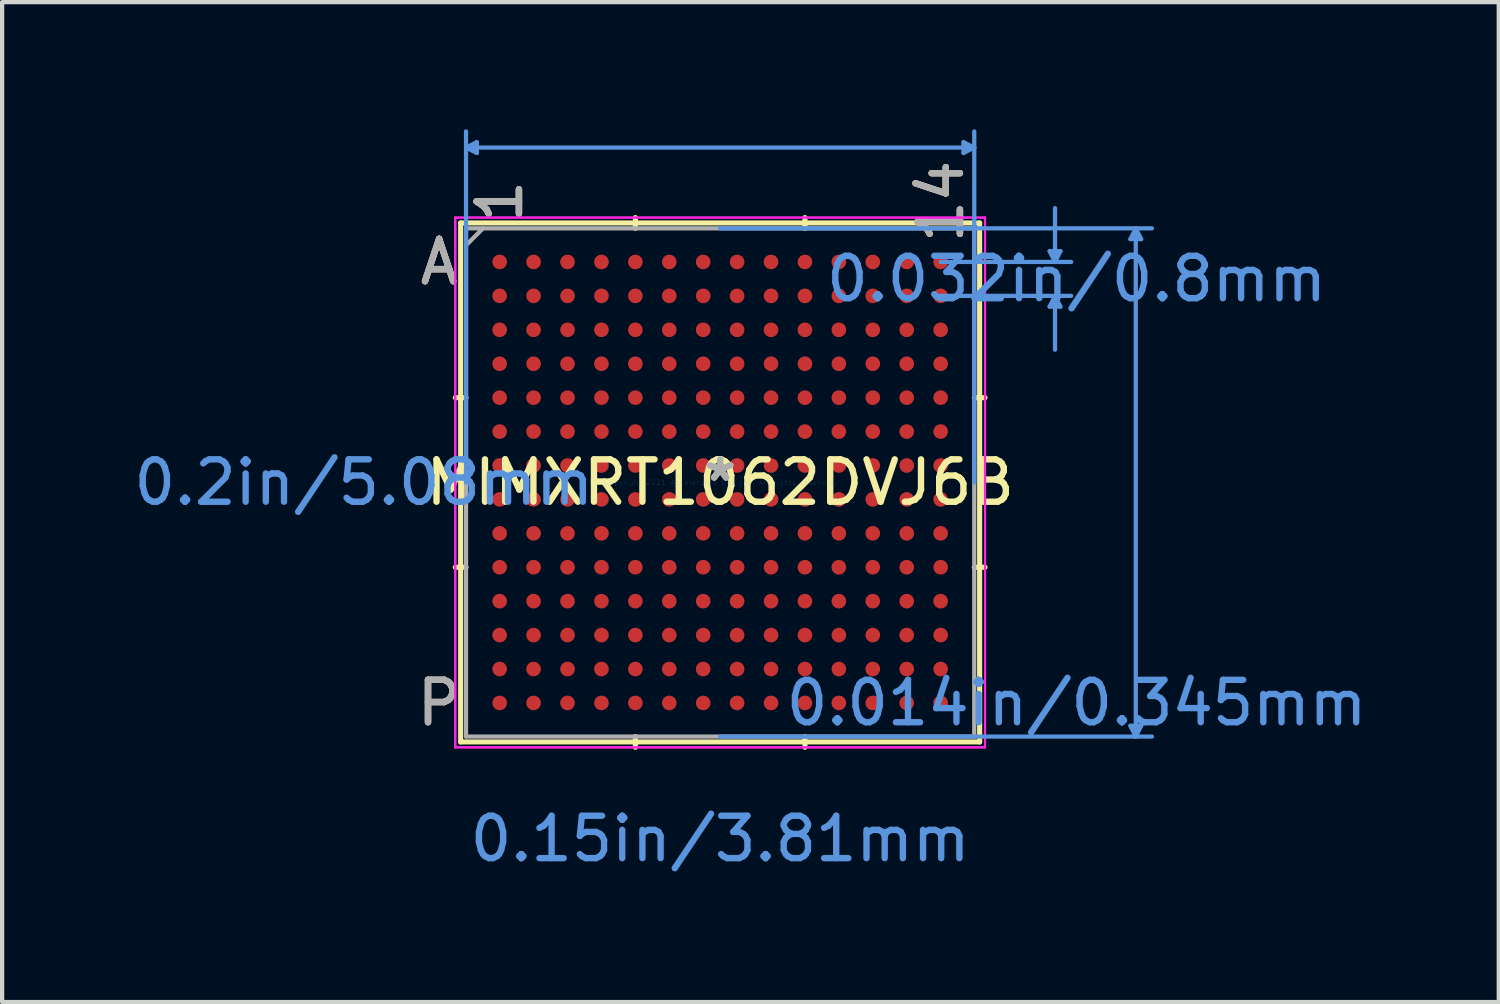
<source format=kicad_pcb>
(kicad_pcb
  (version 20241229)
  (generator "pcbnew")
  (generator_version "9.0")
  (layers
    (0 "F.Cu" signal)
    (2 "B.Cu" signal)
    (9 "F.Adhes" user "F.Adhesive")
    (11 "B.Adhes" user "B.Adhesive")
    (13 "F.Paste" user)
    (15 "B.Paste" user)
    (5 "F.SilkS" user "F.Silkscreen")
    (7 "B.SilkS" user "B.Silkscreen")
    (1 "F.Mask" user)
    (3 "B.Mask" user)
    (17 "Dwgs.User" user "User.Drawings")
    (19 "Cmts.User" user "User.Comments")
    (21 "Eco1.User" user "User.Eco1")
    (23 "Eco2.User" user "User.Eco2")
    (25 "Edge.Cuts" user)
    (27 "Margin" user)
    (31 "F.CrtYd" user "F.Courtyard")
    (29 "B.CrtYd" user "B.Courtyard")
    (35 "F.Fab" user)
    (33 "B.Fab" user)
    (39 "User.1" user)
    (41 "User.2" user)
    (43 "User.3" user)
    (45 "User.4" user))
  (footprint "MIMXRT1062DVJ6B"
    (layer "F.Cu")
    (at 13.937 8.33)
    (property "Reference" "MIMXRT1062DVJ6B" (at 0 0 0) (layer "F.SilkS") (effects (font (size 1 1) (thickness 0.15))))
    (attr through_hole)
    (fp_line (start -6.121 -6.121) (end -6.121 6.121) (stroke (width 0.12) (type solid)) (layer "F.SilkS"))
    (fp_line (start -6.121 6.121) (end 6.121 6.121) (stroke (width 0.12) (type solid)) (layer "F.SilkS"))
    (fp_line (start -5.994 -2) (end -6.248 -2) (stroke (width 0.12) (type solid)) (layer "F.SilkS"))
    (fp_line (start -5.994 2) (end -6.248 2) (stroke (width 0.12) (type solid)) (layer "F.SilkS"))
    (fp_line (start -2 -5.994) (end -2 -6.248) (stroke (width 0.12) (type solid)) (layer "F.SilkS"))
    (fp_line (start -2 5.994) (end -2 6.248) (stroke (width 0.12) (type solid)) (layer "F.SilkS"))
    (fp_line (start 2 -5.994) (end 2 -6.248) (stroke (width 0.12) (type solid)) (layer "F.SilkS"))
    (fp_line (start 2 5.994) (end 2 6.248) (stroke (width 0.12) (type solid)) (layer "F.SilkS"))
    (fp_line (start 5.994 -2) (end 6.248 -2) (stroke (width 0.12) (type solid)) (layer "F.SilkS"))
    (fp_line (start 5.994 2) (end 6.248 2) (stroke (width 0.12) (type solid)) (layer "F.SilkS"))
    (fp_line (start 6.121 -6.121) (end -6.121 -6.121) (stroke (width 0.12) (type solid)) (layer "F.SilkS"))
    (fp_line (start 6.121 6.121) (end 6.121 -6.121) (stroke (width 0.12) (type solid)) (layer "F.SilkS"))
    (fp_line (start -5.994 -7.899) (end -5.74 -8.026) (stroke (width 0.1) (type solid)) (layer "Cmts.User"))
    (fp_line (start -5.994 -7.899) (end -5.74 -7.772) (stroke (width 0.1) (type solid)) (layer "Cmts.User"))
    (fp_line (start -5.994 -7.899) (end 5.994 -7.899) (stroke (width 0.1) (type solid)) (layer "Cmts.User"))
    (fp_line (start -5.994 0) (end -5.994 -8.28) (stroke (width 0.1) (type solid)) (layer "Cmts.User"))
    (fp_line (start -5.74 -8.026) (end -5.74 -7.772) (stroke (width 0.1) (type solid)) (layer "Cmts.User"))
    (fp_line (start 0 -5.994) (end 10.185 -5.994) (stroke (width 0.1) (type solid)) (layer "Cmts.User"))
    (fp_line (start 0 5.994) (end 10.185 5.994) (stroke (width 0.1) (type solid)) (layer "Cmts.User"))
    (fp_line (start 5.201 -5.201) (end 8.28 -5.201) (stroke (width 0.1) (type solid)) (layer "Cmts.User"))
    (fp_line (start 5.201 -4.401) (end 8.28 -4.401) (stroke (width 0.1) (type solid)) (layer "Cmts.User"))
    (fp_line (start 5.74 -8.026) (end 5.74 -7.772) (stroke (width 0.1) (type solid)) (layer "Cmts.User"))
    (fp_line (start 5.994 -7.899) (end 5.74 -8.026) (stroke (width 0.1) (type solid)) (layer "Cmts.User"))
    (fp_line (start 5.994 -7.899) (end 5.74 -7.772) (stroke (width 0.1) (type solid)) (layer "Cmts.User"))
    (fp_line (start 5.994 0) (end 5.994 -8.28) (stroke (width 0.1) (type solid)) (layer "Cmts.User"))
    (fp_line (start 7.772 -5.455) (end 8.026 -5.455) (stroke (width 0.1) (type solid)) (layer "Cmts.User"))
    (fp_line (start 7.772 -4.147) (end 8.026 -4.147) (stroke (width 0.1) (type solid)) (layer "Cmts.User"))
    (fp_line (start 7.899 -5.201) (end 7.772 -5.455) (stroke (width 0.1) (type solid)) (layer "Cmts.User"))
    (fp_line (start 7.899 -5.201) (end 7.899 -6.471) (stroke (width 0.1) (type solid)) (layer "Cmts.User"))
    (fp_line (start 7.899 -5.201) (end 8.026 -5.455) (stroke (width 0.1) (type solid)) (layer "Cmts.User"))
    (fp_line (start 7.899 -4.401) (end 7.772 -4.147) (stroke (width 0.1) (type solid)) (layer "Cmts.User"))
    (fp_line (start 7.899 -4.401) (end 7.899 -3.131) (stroke (width 0.1) (type solid)) (layer "Cmts.User"))
    (fp_line (start 7.899 -4.401) (end 8.026 -4.147) (stroke (width 0.1) (type solid)) (layer "Cmts.User"))
    (fp_line (start 9.677 -5.74) (end 9.931 -5.74) (stroke (width 0.1) (type solid)) (layer "Cmts.User"))
    (fp_line (start 9.677 5.74) (end 9.931 5.74) (stroke (width 0.1) (type solid)) (layer "Cmts.User"))
    (fp_line (start 9.804 -5.994) (end 9.677 -5.74) (stroke (width 0.1) (type solid)) (layer "Cmts.User"))
    (fp_line (start 9.804 -5.994) (end 9.804 5.994) (stroke (width 0.1) (type solid)) (layer "Cmts.User"))
    (fp_line (start 9.804 -5.994) (end 9.931 -5.74) (stroke (width 0.1) (type solid)) (layer "Cmts.User"))
    (fp_line (start 9.804 5.994) (end 9.677 5.74) (stroke (width 0.1) (type solid)) (layer "Cmts.User"))
    (fp_line (start 9.804 5.994) (end 9.931 5.74) (stroke (width 0.1) (type solid)) (layer "Cmts.User"))
    (fp_line (start -6.248 -6.248) (end 6.248 -6.248) (stroke (width 0.05) (type solid)) (layer "F.CrtYd"))
    (fp_line (start -6.248 -6.248) (end 6.248 -6.248) (stroke (width 0.05) (type solid)) (layer "F.CrtYd"))
    (fp_line (start -6.248 6.248) (end -6.248 -6.248) (stroke (width 0.05) (type solid)) (layer "F.CrtYd"))
    (fp_line (start -6.248 6.248) (end -6.248 -6.248) (stroke (width 0.05) (type solid)) (layer "F.CrtYd"))
    (fp_line (start 6.248 -6.248) (end 6.248 6.248) (stroke (width 0.05) (type solid)) (layer "F.CrtYd"))
    (fp_line (start 6.248 -6.248) (end 6.248 6.248) (stroke (width 0.05) (type solid)) (layer "F.CrtYd"))
    (fp_line (start 6.248 6.248) (end -6.248 6.248) (stroke (width 0.05) (type solid)) (layer "F.CrtYd"))
    (fp_line (start 6.248 6.248) (end -6.248 6.248) (stroke (width 0.05) (type solid)) (layer "F.CrtYd"))
    (fp_line (start -5.994 -5.994) (end -5.994 5.994) (stroke (width 0.1) (type solid)) (layer "F.Fab"))
    (fp_line (start -5.994 5.994) (end 5.994 5.994) (stroke (width 0.1) (type solid)) (layer "F.Fab"))
    (fp_line (start -5.594 -5.994) (end -5.994 -5.594) (stroke (width 0.1) (type solid)) (layer "F.Fab"))
    (fp_line (start 5.994 -5.994) (end -5.994 -5.994) (stroke (width 0.1) (type solid)) (layer "F.Fab"))
    (fp_line (start 5.994 5.994) (end 5.994 -5.994) (stroke (width 0.1) (type solid)) (layer "F.Fab"))
    (fp_text user "1" (at -5.201 -6.629 90) (layer "F.SilkS") (effects (font (size 1 1) (thickness 0.15))))
    (fp_text user "14" (at 5.201 -6.629 90) (layer "F.SilkS") (effects (font (size 1 1) (thickness 0.15))))
    (fp_text user "*" (at 0 0 0) (layer "F.SilkS") (effects (font (size 1 1) (thickness 0.15))))
    (fp_text user "P" (at -6.629 5.201 0) (layer "F.SilkS") (effects (font (size 1 1) (thickness 0.15))))
    (fp_text user "A" (at -6.629 -5.201 0) (layer "F.SilkS") (effects (font (size 1 1) (thickness 0.15))))
    (fp_text user "14" (at 5.201 -6.629 90) (layer "B.SilkS") (effects (font (size 1 1) (thickness 0.15))))
    (fp_text user "1" (at -5.201 -6.629 90) (layer "B.SilkS") (effects (font (size 1 1) (thickness 0.15))))
    (fp_text user "P" (at -6.629 5.201 0) (layer "B.SilkS") (effects (font (size 1 1) (thickness 0.15))))
    (fp_text user "A" (at -6.629 -5.201 0) (layer "B.SilkS") (effects (font (size 1 1) (thickness 0.15))))
    (fp_text user "0.014in/0.345mm" (at 8.407 5.201 0) (layer "Cmts.User") (effects (font (size 1 1) (thickness 0.15))))
    (fp_text user "Copyright 2021 Accelerated Designs. All rights reserved." (at 0 0 0) (layer "Cmts.User") (effects (font (size 0.127 0.127) (thickness 0.002))))
    (fp_text user "0.2in/5.08mm" (at -8.407 0 0) (layer "Cmts.User") (effects (font (size 1 1) (thickness 0.15))))
    (fp_text user "0.032in/0.8mm" (at 8.407 -4.801 0) (layer "Cmts.User") (effects (font (size 1 1) (thickness 0.15))))
    (fp_text user "0.15in/3.81mm" (at 0 8.407 0) (layer "Cmts.User") (effects (font (size 1 1) (thickness 0.15))))
    (fp_text user "A" (at -6.629 -5.201 0) (layer "F.Fab") (effects (font (size 1 1) (thickness 0.15))))
    (fp_text user "*" (at 0 0 0) (layer "F.Fab") (effects (font (size 1 1) (thickness 0.15))))
    (fp_text user "1" (at -5.201 -6.629 90) (layer "F.Fab") (effects (font (size 1 1) (thickness 0.15))))
    (fp_text user "14" (at 5.201 -6.629 90) (layer "F.Fab") (effects (font (size 1 1) (thickness 0.15))))
    (fp_text user "P" (at -6.629 5.201 0) (layer "F.Fab") (effects (font (size 1 1) (thickness 0.15))))
    (pad "A1" smd circle (at -5.201 -5.201) (size 0.345 0.345) (layers "F.Cu" "F.Mask" "F.Paste"))
    (pad "A2" smd circle (at -4.401 -5.201) (size 0.345 0.345) (layers "F.Cu" "F.Mask" "F.Paste"))
    (pad "A3" smd circle (at -3.6 -5.201) (size 0.345 0.345) (layers "F.Cu" "F.Mask" "F.Paste"))
    (pad "A4" smd circle (at -2.8 -5.201) (size 0.345 0.345) (layers "F.Cu" "F.Mask" "F.Paste"))
    (pad "A5" smd circle (at -2 -5.201) (size 0.345 0.345) (layers "F.Cu" "F.Mask" "F.Paste"))
    (pad "A6" smd circle (at -1.2 -5.201) (size 0.345 0.345) (layers "F.Cu" "F.Mask" "F.Paste"))
    (pad "A7" smd circle (at -0.4 -5.201) (size 0.345 0.345) (layers "F.Cu" "F.Mask" "F.Paste"))
    (pad "A8" smd circle (at 0.4 -5.201) (size 0.345 0.345) (layers "F.Cu" "F.Mask" "F.Paste"))
    (pad "A9" smd circle (at 1.2 -5.201) (size 0.345 0.345) (layers "F.Cu" "F.Mask" "F.Paste"))
    (pad "A10" smd circle (at 2 -5.201) (size 0.345 0.345) (layers "F.Cu" "F.Mask" "F.Paste"))
    (pad "A11" smd circle (at 2.8 -5.201) (size 0.345 0.345) (layers "F.Cu" "F.Mask" "F.Paste"))
    (pad "A12" smd circle (at 3.6 -5.201) (size 0.345 0.345) (layers "F.Cu" "F.Mask" "F.Paste"))
    (pad "A13" smd circle (at 4.401 -5.201) (size 0.345 0.345) (layers "F.Cu" "F.Mask" "F.Paste"))
    (pad "A14" smd circle (at 5.201 -5.201) (size 0.345 0.345) (layers "F.Cu" "F.Mask" "F.Paste"))
    (pad "B1" smd circle (at -5.201 -4.401) (size 0.345 0.345) (layers "F.Cu" "F.Mask" "F.Paste"))
    (pad "B2" smd circle (at -4.401 -4.401) (size 0.345 0.345) (layers "F.Cu" "F.Mask" "F.Paste"))
    (pad "B3" smd circle (at -3.6 -4.401) (size 0.345 0.345) (layers "F.Cu" "F.Mask" "F.Paste"))
    (pad "B4" smd circle (at -2.8 -4.401) (size 0.345 0.345) (layers "F.Cu" "F.Mask" "F.Paste"))
    (pad "B5" smd circle (at -2 -4.401) (size 0.345 0.345) (layers "F.Cu" "F.Mask" "F.Paste"))
    (pad "B6" smd circle (at -1.2 -4.401) (size 0.345 0.345) (layers "F.Cu" "F.Mask" "F.Paste"))
    (pad "B7" smd circle (at -0.4 -4.401) (size 0.345 0.345) (layers "F.Cu" "F.Mask" "F.Paste"))
    (pad "B8" smd circle (at 0.4 -4.401) (size 0.345 0.345) (layers "F.Cu" "F.Mask" "F.Paste"))
    (pad "B9" smd circle (at 1.2 -4.401) (size 0.345 0.345) (layers "F.Cu" "F.Mask" "F.Paste"))
    (pad "B10" smd circle (at 2 -4.401) (size 0.345 0.345) (layers "F.Cu" "F.Mask" "F.Paste"))
    (pad "B11" smd circle (at 2.8 -4.401) (size 0.345 0.345) (layers "F.Cu" "F.Mask" "F.Paste"))
    (pad "B12" smd circle (at 3.6 -4.401) (size 0.345 0.345) (layers "F.Cu" "F.Mask" "F.Paste"))
    (pad "B13" smd circle (at 4.401 -4.401) (size 0.345 0.345) (layers "F.Cu" "F.Mask" "F.Paste"))
    (pad "B14" smd circle (at 5.201 -4.401) (size 0.345 0.345) (layers "F.Cu" "F.Mask" "F.Paste"))
    (pad "C1" smd circle (at -5.201 -3.6) (size 0.345 0.345) (layers "F.Cu" "F.Mask" "F.Paste"))
    (pad "C2" smd circle (at -4.401 -3.6) (size 0.345 0.345) (layers "F.Cu" "F.Mask" "F.Paste"))
    (pad "C3" smd circle (at -3.6 -3.6) (size 0.345 0.345) (layers "F.Cu" "F.Mask" "F.Paste"))
    (pad "C4" smd circle (at -2.8 -3.6) (size 0.345 0.345) (layers "F.Cu" "F.Mask" "F.Paste"))
    (pad "C5" smd circle (at -2 -3.6) (size 0.345 0.345) (layers "F.Cu" "F.Mask" "F.Paste"))
    (pad "C6" smd circle (at -1.2 -3.6) (size 0.345 0.345) (layers "F.Cu" "F.Mask" "F.Paste"))
    (pad "C7" smd circle (at -0.4 -3.6) (size 0.345 0.345) (layers "F.Cu" "F.Mask" "F.Paste"))
    (pad "C8" smd circle (at 0.4 -3.6) (size 0.345 0.345) (layers "F.Cu" "F.Mask" "F.Paste"))
    (pad "C9" smd circle (at 1.2 -3.6) (size 0.345 0.345) (layers "F.Cu" "F.Mask" "F.Paste"))
    (pad "C10" smd circle (at 2 -3.6) (size 0.345 0.345) (layers "F.Cu" "F.Mask" "F.Paste"))
    (pad "C11" smd circle (at 2.8 -3.6) (size 0.345 0.345) (layers "F.Cu" "F.Mask" "F.Paste"))
    (pad "C12" smd circle (at 3.6 -3.6) (size 0.345 0.345) (layers "F.Cu" "F.Mask" "F.Paste"))
    (pad "C13" smd circle (at 4.401 -3.6) (size 0.345 0.345) (layers "F.Cu" "F.Mask" "F.Paste"))
    (pad "C14" smd circle (at 5.201 -3.6) (size 0.345 0.345) (layers "F.Cu" "F.Mask" "F.Paste"))
    (pad "D1" smd circle (at -5.201 -2.8) (size 0.345 0.345) (layers "F.Cu" "F.Mask" "F.Paste"))
    (pad "D2" smd circle (at -4.401 -2.8) (size 0.345 0.345) (layers "F.Cu" "F.Mask" "F.Paste"))
    (pad "D3" smd circle (at -3.6 -2.8) (size 0.345 0.345) (layers "F.Cu" "F.Mask" "F.Paste"))
    (pad "D4" smd circle (at -2.8 -2.8) (size 0.345 0.345) (layers "F.Cu" "F.Mask" "F.Paste"))
    (pad "D5" smd circle (at -2 -2.8) (size 0.345 0.345) (layers "F.Cu" "F.Mask" "F.Paste"))
    (pad "D6" smd circle (at -1.2 -2.8) (size 0.345 0.345) (layers "F.Cu" "F.Mask" "F.Paste"))
    (pad "D7" smd circle (at -0.4 -2.8) (size 0.345 0.345) (layers "F.Cu" "F.Mask" "F.Paste"))
    (pad "D8" smd circle (at 0.4 -2.8) (size 0.345 0.345) (layers "F.Cu" "F.Mask" "F.Paste"))
    (pad "D9" smd circle (at 1.2 -2.8) (size 0.345 0.345) (layers "F.Cu" "F.Mask" "F.Paste"))
    (pad "D10" smd circle (at 2 -2.8) (size 0.345 0.345) (layers "F.Cu" "F.Mask" "F.Paste"))
    (pad "D11" smd circle (at 2.8 -2.8) (size 0.345 0.345) (layers "F.Cu" "F.Mask" "F.Paste"))
    (pad "D12" smd circle (at 3.6 -2.8) (size 0.345 0.345) (layers "F.Cu" "F.Mask" "F.Paste"))
    (pad "D13" smd circle (at 4.401 -2.8) (size 0.345 0.345) (layers "F.Cu" "F.Mask" "F.Paste"))
    (pad "D14" smd circle (at 5.201 -2.8) (size 0.345 0.345) (layers "F.Cu" "F.Mask" "F.Paste"))
    (pad "E1" smd circle (at -5.201 -2) (size 0.345 0.345) (layers "F.Cu" "F.Mask" "F.Paste"))
    (pad "E2" smd circle (at -4.401 -2) (size 0.345 0.345) (layers "F.Cu" "F.Mask" "F.Paste"))
    (pad "E3" smd circle (at -3.6 -2) (size 0.345 0.345) (layers "F.Cu" "F.Mask" "F.Paste"))
    (pad "E4" smd circle (at -2.8 -2) (size 0.345 0.345) (layers "F.Cu" "F.Mask" "F.Paste"))
    (pad "E5" smd circle (at -2 -2) (size 0.345 0.345) (layers "F.Cu" "F.Mask" "F.Paste"))
    (pad "E6" smd circle (at -1.2 -2) (size 0.345 0.345) (layers "F.Cu" "F.Mask" "F.Paste"))
    (pad "E7" smd circle (at -0.4 -2) (size 0.345 0.345) (layers "F.Cu" "F.Mask" "F.Paste"))
    (pad "E8" smd circle (at 0.4 -2) (size 0.345 0.345) (layers "F.Cu" "F.Mask" "F.Paste"))
    (pad "E9" smd circle (at 1.2 -2) (size 0.345 0.345) (layers "F.Cu" "F.Mask" "F.Paste"))
    (pad "E10" smd circle (at 2 -2) (size 0.345 0.345) (layers "F.Cu" "F.Mask" "F.Paste"))
    (pad "E11" smd circle (at 2.8 -2) (size 0.345 0.345) (layers "F.Cu" "F.Mask" "F.Paste"))
    (pad "E12" smd circle (at 3.6 -2) (size 0.345 0.345) (layers "F.Cu" "F.Mask" "F.Paste"))
    (pad "E13" smd circle (at 4.401 -2) (size 0.345 0.345) (layers "F.Cu" "F.Mask" "F.Paste"))
    (pad "E14" smd circle (at 5.201 -2) (size 0.345 0.345) (layers "F.Cu" "F.Mask" "F.Paste"))
    (pad "F1" smd circle (at -5.201 -1.2) (size 0.345 0.345) (layers "F.Cu" "F.Mask" "F.Paste"))
    (pad "F2" smd circle (at -4.401 -1.2) (size 0.345 0.345) (layers "F.Cu" "F.Mask" "F.Paste"))
    (pad "F3" smd circle (at -3.6 -1.2) (size 0.345 0.345) (layers "F.Cu" "F.Mask" "F.Paste"))
    (pad "F4" smd circle (at -2.8 -1.2) (size 0.345 0.345) (layers "F.Cu" "F.Mask" "F.Paste"))
    (pad "F5" smd circle (at -2 -1.2) (size 0.345 0.345) (layers "F.Cu" "F.Mask" "F.Paste"))
    (pad "F6" smd circle (at -1.2 -1.2) (size 0.345 0.345) (layers "F.Cu" "F.Mask" "F.Paste"))
    (pad "F7" smd circle (at -0.4 -1.2) (size 0.345 0.345) (layers "F.Cu" "F.Mask" "F.Paste"))
    (pad "F8" smd circle (at 0.4 -1.2) (size 0.345 0.345) (layers "F.Cu" "F.Mask" "F.Paste"))
    (pad "F9" smd circle (at 1.2 -1.2) (size 0.345 0.345) (layers "F.Cu" "F.Mask" "F.Paste"))
    (pad "F10" smd circle (at 2 -1.2) (size 0.345 0.345) (layers "F.Cu" "F.Mask" "F.Paste"))
    (pad "F11" smd circle (at 2.8 -1.2) (size 0.345 0.345) (layers "F.Cu" "F.Mask" "F.Paste"))
    (pad "F12" smd circle (at 3.6 -1.2) (size 0.345 0.345) (layers "F.Cu" "F.Mask" "F.Paste"))
    (pad "F13" smd circle (at 4.401 -1.2) (size 0.345 0.345) (layers "F.Cu" "F.Mask" "F.Paste"))
    (pad "F14" smd circle (at 5.201 -1.2) (size 0.345 0.345) (layers "F.Cu" "F.Mask" "F.Paste"))
    (pad "G1" smd circle (at -5.201 -0.4) (size 0.345 0.345) (layers "F.Cu" "F.Mask" "F.Paste"))
    (pad "G2" smd circle (at -4.401 -0.4) (size 0.345 0.345) (layers "F.Cu" "F.Mask" "F.Paste"))
    (pad "G3" smd circle (at -3.6 -0.4) (size 0.345 0.345) (layers "F.Cu" "F.Mask" "F.Paste"))
    (pad "G4" smd circle (at -2.8 -0.4) (size 0.345 0.345) (layers "F.Cu" "F.Mask" "F.Paste"))
    (pad "G5" smd circle (at -2 -0.4) (size 0.345 0.345) (layers "F.Cu" "F.Mask" "F.Paste"))
    (pad "G6" smd circle (at -1.2 -0.4) (size 0.345 0.345) (layers "F.Cu" "F.Mask" "F.Paste"))
    (pad "G7" smd circle (at -0.4 -0.4) (size 0.345 0.345) (layers "F.Cu" "F.Mask" "F.Paste"))
    (pad "G8" smd circle (at 0.4 -0.4) (size 0.345 0.345) (layers "F.Cu" "F.Mask" "F.Paste"))
    (pad "G9" smd circle (at 1.2 -0.4) (size 0.345 0.345) (layers "F.Cu" "F.Mask" "F.Paste"))
    (pad "G10" smd circle (at 2 -0.4) (size 0.345 0.345) (layers "F.Cu" "F.Mask" "F.Paste"))
    (pad "G11" smd circle (at 2.8 -0.4) (size 0.345 0.345) (layers "F.Cu" "F.Mask" "F.Paste"))
    (pad "G12" smd circle (at 3.6 -0.4) (size 0.345 0.345) (layers "F.Cu" "F.Mask" "F.Paste"))
    (pad "G13" smd circle (at 4.401 -0.4) (size 0.345 0.345) (layers "F.Cu" "F.Mask" "F.Paste"))
    (pad "G14" smd circle (at 5.201 -0.4) (size 0.345 0.345) (layers "F.Cu" "F.Mask" "F.Paste"))
    (pad "H1" smd circle (at -5.201 0.4) (size 0.345 0.345) (layers "F.Cu" "F.Mask" "F.Paste"))
    (pad "H2" smd circle (at -4.401 0.4) (size 0.345 0.345) (layers "F.Cu" "F.Mask" "F.Paste"))
    (pad "H3" smd circle (at -3.6 0.4) (size 0.345 0.345) (layers "F.Cu" "F.Mask" "F.Paste"))
    (pad "H4" smd circle (at -2.8 0.4) (size 0.345 0.345) (layers "F.Cu" "F.Mask" "F.Paste"))
    (pad "H5" smd circle (at -2 0.4) (size 0.345 0.345) (layers "F.Cu" "F.Mask" "F.Paste"))
    (pad "H6" smd circle (at -1.2 0.4) (size 0.345 0.345) (layers "F.Cu" "F.Mask" "F.Paste"))
    (pad "H7" smd circle (at -0.4 0.4) (size 0.345 0.345) (layers "F.Cu" "F.Mask" "F.Paste"))
    (pad "H8" smd circle (at 0.4 0.4) (size 0.345 0.345) (layers "F.Cu" "F.Mask" "F.Paste"))
    (pad "H9" smd circle (at 1.2 0.4) (size 0.345 0.345) (layers "F.Cu" "F.Mask" "F.Paste"))
    (pad "H10" smd circle (at 2 0.4) (size 0.345 0.345) (layers "F.Cu" "F.Mask" "F.Paste"))
    (pad "H11" smd circle (at 2.8 0.4) (size 0.345 0.345) (layers "F.Cu" "F.Mask" "F.Paste"))
    (pad "H12" smd circle (at 3.6 0.4) (size 0.345 0.345) (layers "F.Cu" "F.Mask" "F.Paste"))
    (pad "H13" smd circle (at 4.401 0.4) (size 0.345 0.345) (layers "F.Cu" "F.Mask" "F.Paste"))
    (pad "H14" smd circle (at 5.201 0.4) (size 0.345 0.345) (layers "F.Cu" "F.Mask" "F.Paste"))
    (pad "J1" smd circle (at -5.201 1.2) (size 0.345 0.345) (layers "F.Cu" "F.Mask" "F.Paste"))
    (pad "J2" smd circle (at -4.401 1.2) (size 0.345 0.345) (layers "F.Cu" "F.Mask" "F.Paste"))
    (pad "J3" smd circle (at -3.6 1.2) (size 0.345 0.345) (layers "F.Cu" "F.Mask" "F.Paste"))
    (pad "J4" smd circle (at -2.8 1.2) (size 0.345 0.345) (layers "F.Cu" "F.Mask" "F.Paste"))
    (pad "J5" smd circle (at -2 1.2) (size 0.345 0.345) (layers "F.Cu" "F.Mask" "F.Paste"))
    (pad "J6" smd circle (at -1.2 1.2) (size 0.345 0.345) (layers "F.Cu" "F.Mask" "F.Paste"))
    (pad "J7" smd circle (at -0.4 1.2) (size 0.345 0.345) (layers "F.Cu" "F.Mask" "F.Paste"))
    (pad "J8" smd circle (at 0.4 1.2) (size 0.345 0.345) (layers "F.Cu" "F.Mask" "F.Paste"))
    (pad "J9" smd circle (at 1.2 1.2) (size 0.345 0.345) (layers "F.Cu" "F.Mask" "F.Paste"))
    (pad "J10" smd circle (at 2 1.2) (size 0.345 0.345) (layers "F.Cu" "F.Mask" "F.Paste"))
    (pad "J11" smd circle (at 2.8 1.2) (size 0.345 0.345) (layers "F.Cu" "F.Mask" "F.Paste"))
    (pad "J12" smd circle (at 3.6 1.2) (size 0.345 0.345) (layers "F.Cu" "F.Mask" "F.Paste"))
    (pad "J13" smd circle (at 4.401 1.2) (size 0.345 0.345) (layers "F.Cu" "F.Mask" "F.Paste"))
    (pad "J14" smd circle (at 5.201 1.2) (size 0.345 0.345) (layers "F.Cu" "F.Mask" "F.Paste"))
    (pad "K1" smd circle (at -5.201 2) (size 0.345 0.345) (layers "F.Cu" "F.Mask" "F.Paste"))
    (pad "K2" smd circle (at -4.401 2) (size 0.345 0.345) (layers "F.Cu" "F.Mask" "F.Paste"))
    (pad "K3" smd circle (at -3.6 2) (size 0.345 0.345) (layers "F.Cu" "F.Mask" "F.Paste"))
    (pad "K4" smd circle (at -2.8 2) (size 0.345 0.345) (layers "F.Cu" "F.Mask" "F.Paste"))
    (pad "K5" smd circle (at -2 2) (size 0.345 0.345) (layers "F.Cu" "F.Mask" "F.Paste"))
    (pad "K6" smd circle (at -1.2 2) (size 0.345 0.345) (layers "F.Cu" "F.Mask" "F.Paste"))
    (pad "K7" smd circle (at -0.4 2) (size 0.345 0.345) (layers "F.Cu" "F.Mask" "F.Paste"))
    (pad "K8" smd circle (at 0.4 2) (size 0.345 0.345) (layers "F.Cu" "F.Mask" "F.Paste"))
    (pad "K9" smd circle (at 1.2 2) (size 0.345 0.345) (layers "F.Cu" "F.Mask" "F.Paste"))
    (pad "K10" smd circle (at 2 2) (size 0.345 0.345) (layers "F.Cu" "F.Mask" "F.Paste"))
    (pad "K11" smd circle (at 2.8 2) (size 0.345 0.345) (layers "F.Cu" "F.Mask" "F.Paste"))
    (pad "K12" smd circle (at 3.6 2) (size 0.345 0.345) (layers "F.Cu" "F.Mask" "F.Paste"))
    (pad "K13" smd circle (at 4.401 2) (size 0.345 0.345) (layers "F.Cu" "F.Mask" "F.Paste"))
    (pad "K14" smd circle (at 5.201 2) (size 0.345 0.345) (layers "F.Cu" "F.Mask" "F.Paste"))
    (pad "L1" smd circle (at -5.201 2.8) (size 0.345 0.345) (layers "F.Cu" "F.Mask" "F.Paste"))
    (pad "L2" smd circle (at -4.401 2.8) (size 0.345 0.345) (layers "F.Cu" "F.Mask" "F.Paste"))
    (pad "L3" smd circle (at -3.6 2.8) (size 0.345 0.345) (layers "F.Cu" "F.Mask" "F.Paste"))
    (pad "L4" smd circle (at -2.8 2.8) (size 0.345 0.345) (layers "F.Cu" "F.Mask" "F.Paste"))
    (pad "L5" smd circle (at -2 2.8) (size 0.345 0.345) (layers "F.Cu" "F.Mask" "F.Paste"))
    (pad "L6" smd circle (at -1.2 2.8) (size 0.345 0.345) (layers "F.Cu" "F.Mask" "F.Paste"))
    (pad "L7" smd circle (at -0.4 2.8) (size 0.345 0.345) (layers "F.Cu" "F.Mask" "F.Paste"))
    (pad "L8" smd circle (at 0.4 2.8) (size 0.345 0.345) (layers "F.Cu" "F.Mask" "F.Paste"))
    (pad "L9" smd circle (at 1.2 2.8) (size 0.345 0.345) (layers "F.Cu" "F.Mask" "F.Paste"))
    (pad "L10" smd circle (at 2 2.8) (size 0.345 0.345) (layers "F.Cu" "F.Mask" "F.Paste"))
    (pad "L11" smd circle (at 2.8 2.8) (size 0.345 0.345) (layers "F.Cu" "F.Mask" "F.Paste"))
    (pad "L12" smd circle (at 3.6 2.8) (size 0.345 0.345) (layers "F.Cu" "F.Mask" "F.Paste"))
    (pad "L13" smd circle (at 4.401 2.8) (size 0.345 0.345) (layers "F.Cu" "F.Mask" "F.Paste"))
    (pad "L14" smd circle (at 5.201 2.8) (size 0.345 0.345) (layers "F.Cu" "F.Mask" "F.Paste"))
    (pad "M1" smd circle (at -5.201 3.6) (size 0.345 0.345) (layers "F.Cu" "F.Mask" "F.Paste"))
    (pad "M2" smd circle (at -4.401 3.6) (size 0.345 0.345) (layers "F.Cu" "F.Mask" "F.Paste"))
    (pad "M3" smd circle (at -3.6 3.6) (size 0.345 0.345) (layers "F.Cu" "F.Mask" "F.Paste"))
    (pad "M4" smd circle (at -2.8 3.6) (size 0.345 0.345) (layers "F.Cu" "F.Mask" "F.Paste"))
    (pad "M5" smd circle (at -2 3.6) (size 0.345 0.345) (layers "F.Cu" "F.Mask" "F.Paste"))
    (pad "M6" smd circle (at -1.2 3.6) (size 0.345 0.345) (layers "F.Cu" "F.Mask" "F.Paste"))
    (pad "M7" smd circle (at -0.4 3.6) (size 0.345 0.345) (layers "F.Cu" "F.Mask" "F.Paste"))
    (pad "M8" smd circle (at 0.4 3.6) (size 0.345 0.345) (layers "F.Cu" "F.Mask" "F.Paste"))
    (pad "M9" smd circle (at 1.2 3.6) (size 0.345 0.345) (layers "F.Cu" "F.Mask" "F.Paste"))
    (pad "M10" smd circle (at 2 3.6) (size 0.345 0.345) (layers "F.Cu" "F.Mask" "F.Paste"))
    (pad "M11" smd circle (at 2.8 3.6) (size 0.345 0.345) (layers "F.Cu" "F.Mask" "F.Paste"))
    (pad "M12" smd circle (at 3.6 3.6) (size 0.345 0.345) (layers "F.Cu" "F.Mask" "F.Paste"))
    (pad "M13" smd circle (at 4.401 3.6) (size 0.345 0.345) (layers "F.Cu" "F.Mask" "F.Paste"))
    (pad "M14" smd circle (at 5.201 3.6) (size 0.345 0.345) (layers "F.Cu" "F.Mask" "F.Paste"))
    (pad "N1" smd circle (at -5.201 4.401) (size 0.345 0.345) (layers "F.Cu" "F.Mask" "F.Paste"))
    (pad "N2" smd circle (at -4.401 4.401) (size 0.345 0.345) (layers "F.Cu" "F.Mask" "F.Paste"))
    (pad "N3" smd circle (at -3.6 4.401) (size 0.345 0.345) (layers "F.Cu" "F.Mask" "F.Paste"))
    (pad "N4" smd circle (at -2.8 4.401) (size 0.345 0.345) (layers "F.Cu" "F.Mask" "F.Paste"))
    (pad "N5" smd circle (at -2 4.401) (size 0.345 0.345) (layers "F.Cu" "F.Mask" "F.Paste"))
    (pad "N6" smd circle (at -1.2 4.401) (size 0.345 0.345) (layers "F.Cu" "F.Mask" "F.Paste"))
    (pad "N7" smd circle (at -0.4 4.401) (size 0.345 0.345) (layers "F.Cu" "F.Mask" "F.Paste"))
    (pad "N8" smd circle (at 0.4 4.401) (size 0.345 0.345) (layers "F.Cu" "F.Mask" "F.Paste"))
    (pad "N9" smd circle (at 1.2 4.401) (size 0.345 0.345) (layers "F.Cu" "F.Mask" "F.Paste"))
    (pad "N10" smd circle (at 2 4.401) (size 0.345 0.345) (layers "F.Cu" "F.Mask" "F.Paste"))
    (pad "N11" smd circle (at 2.8 4.401) (size 0.345 0.345) (layers "F.Cu" "F.Mask" "F.Paste"))
    (pad "N12" smd circle (at 3.6 4.401) (size 0.345 0.345) (layers "F.Cu" "F.Mask" "F.Paste"))
    (pad "N13" smd circle (at 4.401 4.401) (size 0.345 0.345) (layers "F.Cu" "F.Mask" "F.Paste"))
    (pad "N14" smd circle (at 5.201 4.401) (size 0.345 0.345) (layers "F.Cu" "F.Mask" "F.Paste"))
    (pad "P1" smd circle (at -5.201 5.201) (size 0.345 0.345) (layers "F.Cu" "F.Mask" "F.Paste"))
    (pad "P2" smd circle (at -4.401 5.201) (size 0.345 0.345) (layers "F.Cu" "F.Mask" "F.Paste"))
    (pad "P3" smd circle (at -3.6 5.201) (size 0.345 0.345) (layers "F.Cu" "F.Mask" "F.Paste"))
    (pad "P4" smd circle (at -2.8 5.201) (size 0.345 0.345) (layers "F.Cu" "F.Mask" "F.Paste"))
    (pad "P5" smd circle (at -2 5.201) (size 0.345 0.345) (layers "F.Cu" "F.Mask" "F.Paste"))
    (pad "P6" smd circle (at -1.2 5.201) (size 0.345 0.345) (layers "F.Cu" "F.Mask" "F.Paste"))
    (pad "P7" smd circle (at -0.4 5.201) (size 0.345 0.345) (layers "F.Cu" "F.Mask" "F.Paste"))
    (pad "P8" smd circle (at 0.4 5.201) (size 0.345 0.345) (layers "F.Cu" "F.Mask" "F.Paste"))
    (pad "P9" smd circle (at 1.2 5.201) (size 0.345 0.345) (layers "F.Cu" "F.Mask" "F.Paste"))
    (pad "P10" smd circle (at 2 5.201) (size 0.345 0.345) (layers "F.Cu" "F.Mask" "F.Paste"))
    (pad "P11" smd circle (at 2.8 5.201) (size 0.345 0.345) (layers "F.Cu" "F.Mask" "F.Paste"))
    (pad "P12" smd circle (at 3.6 5.201) (size 0.345 0.345) (layers "F.Cu" "F.Mask" "F.Paste"))
    (pad "P13" smd circle (at 4.401 5.201) (size 0.345 0.345) (layers "F.Cu" "F.Mask" "F.Paste"))
    (pad "P14" smd circle (at 5.201 5.201) (size 0.345 0.345) (layers "F.Cu" "F.Mask" "F.Paste")))
  (gr_rect
    (start -3 -3)
    (end 32.303 20.586)
    (stroke (width 0.1) (type default))
    (fill no)
    (layer "Edge.Cuts")))
</source>
